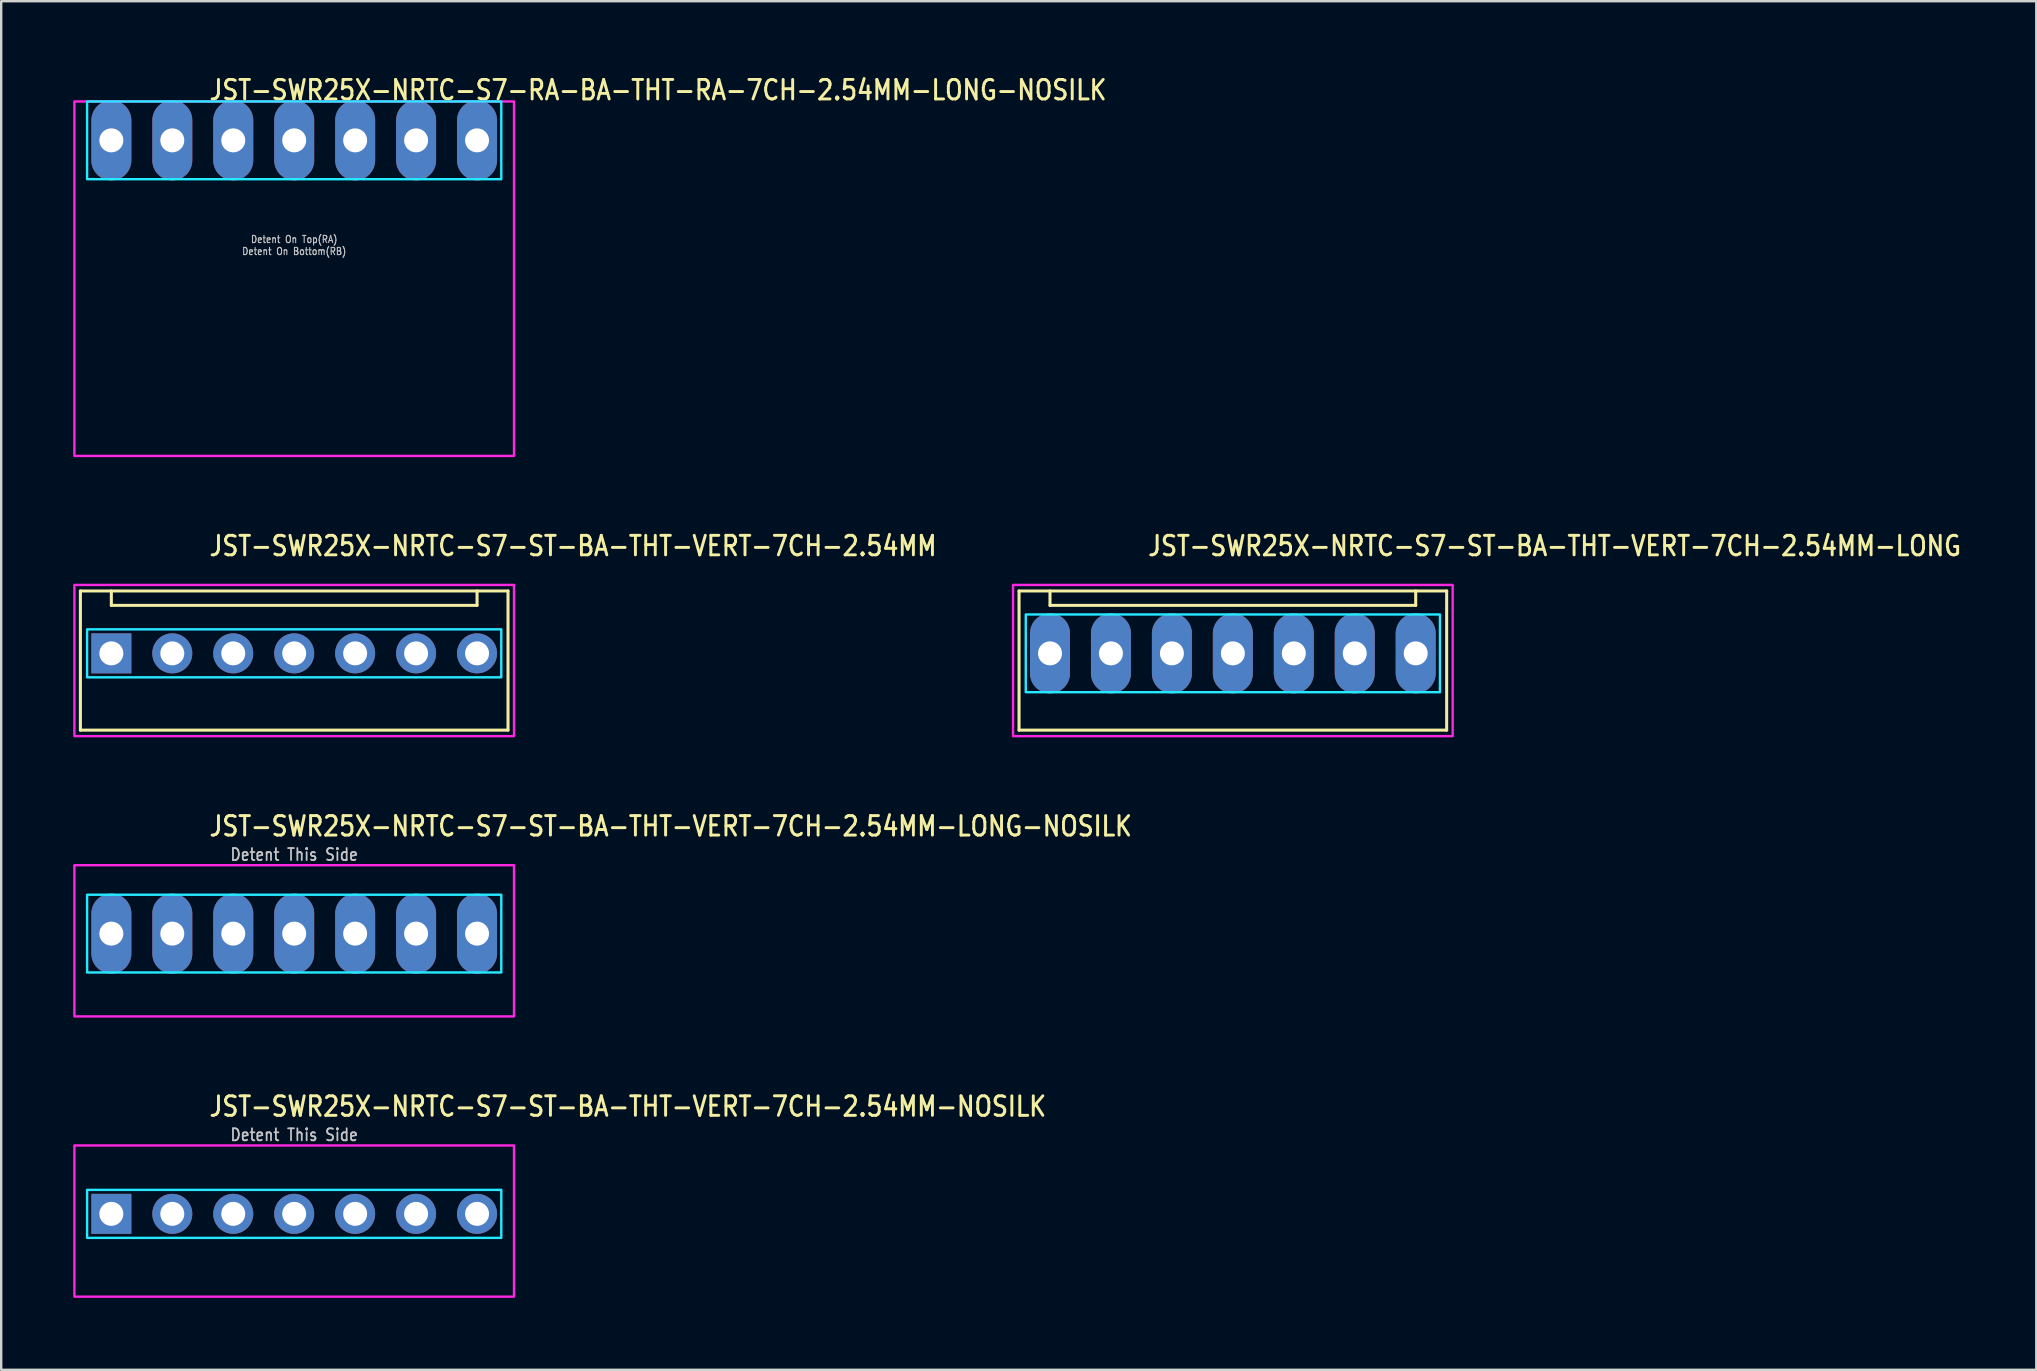
<source format=kicad_pcb>
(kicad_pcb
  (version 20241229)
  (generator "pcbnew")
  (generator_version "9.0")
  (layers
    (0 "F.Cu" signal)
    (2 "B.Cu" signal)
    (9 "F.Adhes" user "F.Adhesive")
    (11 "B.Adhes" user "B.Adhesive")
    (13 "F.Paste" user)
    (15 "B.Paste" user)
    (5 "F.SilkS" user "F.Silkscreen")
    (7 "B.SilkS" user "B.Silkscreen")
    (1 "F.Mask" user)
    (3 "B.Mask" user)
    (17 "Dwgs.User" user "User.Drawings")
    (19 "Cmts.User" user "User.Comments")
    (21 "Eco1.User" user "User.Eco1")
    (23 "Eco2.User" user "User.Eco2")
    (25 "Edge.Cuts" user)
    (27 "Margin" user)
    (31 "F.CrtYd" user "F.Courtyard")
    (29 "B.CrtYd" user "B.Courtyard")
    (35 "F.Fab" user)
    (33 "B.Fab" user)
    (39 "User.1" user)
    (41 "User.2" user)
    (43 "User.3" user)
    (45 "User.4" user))
  (footprint "JST-SWR25X-NRTC-S7-RA-BA-THT-RA-7CH-2.54MM-LONG-NOSILK"
    (layer "F.Cu")
    (at 9.21 2.799)
    (property "Reference" "JST-SWR25X-NRTC-S7-RA-BA-THT-RA-7CH-2.54MM-LONG-NOSILK" (at -3.6 -1.62 0) (unlocked yes) (layer "F.SilkS") (effects (font (size 0.813 0.695) (thickness 0.122)) (justify left bottom)))
    (fp_poly (pts (xy -8.63 -1.62) (xy -8.63 1.62) (xy 8.63 1.62) (xy 8.63 -1.62)) (stroke (width 0.1) (type solid)) (fill no) (layer "B.CrtYd"))
    (fp_poly (pts (xy -9.16 -1.62) (xy -9.16 13.15) (xy 9.16 13.15) (xy 9.16 -1.62)) (stroke (width 0.1) (type solid)) (fill no) (layer "F.CrtYd"))
    (fp_text user "Detent On Bottom(RB)" (at 0 4.8 0) (unlocked yes) (layer "Dwgs.User") (effects (font (size 0.3 0.257) (thickness 0.045)) (justify bottom)))
    (fp_text user "Detent On Top(RA)" (at 0 4.3 0) (unlocked yes) (layer "Dwgs.User") (effects (font (size 0.3 0.257) (thickness 0.045)) (justify bottom)))
    (pad "1" thru_hole oval (at -7.62 0 90) (size 3.333 1.667) (drill 1) (layers "*.Cu" "*.Mask"))
    (pad "2" thru_hole oval (at -5.08 0 90) (size 3.333 1.667) (drill 1) (layers "*.Cu" "*.Mask"))
    (pad "3" thru_hole oval (at -2.54 0 90) (size 3.333 1.667) (drill 1) (layers "*.Cu" "*.Mask"))
    (pad "4" thru_hole oval (at 0 0 90) (size 3.333 1.667) (drill 1) (layers "*.Cu" "*.Mask"))
    (pad "5" thru_hole oval (at 2.54 0 90) (size 3.333 1.667) (drill 1) (layers "*.Cu" "*.Mask"))
    (pad "6" thru_hole oval (at 5.08 0 90) (size 3.333 1.667) (drill 1) (layers "*.Cu" "*.Mask"))
    (pad "7" thru_hole oval (at 7.62 0 90) (size 3.333 1.667) (drill 1) (layers "*.Cu" "*.Mask")))
  (footprint "JST-SWR25X-NRTC-S7-ST-BA-THT-VERT-7CH-2.54MM-NOSILK"
    (layer "F.Cu")
    (at 9.21 47.534)
    (property "Reference" "JST-SWR25X-NRTC-S7-ST-BA-THT-VERT-7CH-2.54MM-NOSILK" (at -3.6 -4 0) (unlocked yes) (layer "F.SilkS") (effects (font (size 0.813 0.695) (thickness 0.122)) (justify left bottom)))
    (fp_poly (pts (xy -8.63 -1) (xy -8.63 1) (xy 8.63 1) (xy 8.63 -1)) (stroke (width 0.1) (type solid)) (fill no) (layer "B.CrtYd"))
    (fp_poly (pts (xy -9.16 -2.85) (xy -9.16 3.45) (xy 9.16 3.45) (xy 9.16 -2.85)) (stroke (width 0.1) (type solid)) (fill no) (layer "F.CrtYd"))
    (fp_text user "Detent This Side" (at 0 -3 0) (unlocked yes) (layer "Dwgs.User") (effects (font (size 0.5 0.427) (thickness 0.075)) (justify bottom)))
    (pad "1" thru_hole rect (at -7.62 0) (size 1.667 1.667) (drill 1) (layers "*.Cu" "*.Mask"))
    (pad "2" thru_hole oval (at -5.08 0) (size 1.667 1.667) (drill 1) (layers "*.Cu" "*.Mask"))
    (pad "3" thru_hole oval (at -2.54 0) (size 1.667 1.667) (drill 1) (layers "*.Cu" "*.Mask"))
    (pad "4" thru_hole oval (at 0 0) (size 1.667 1.667) (drill 1) (layers "*.Cu" "*.Mask"))
    (pad "5" thru_hole oval (at 2.54 0) (size 1.667 1.667) (drill 1) (layers "*.Cu" "*.Mask"))
    (pad "6" thru_hole oval (at 5.08 0) (size 1.667 1.667) (drill 1) (layers "*.Cu" "*.Mask"))
    (pad "7" thru_hole oval (at 7.62 0) (size 1.667 1.667) (drill 1) (layers "*.Cu" "*.Mask")))
  (footprint "JST-SWR25X-NRTC-S7-ST-BA-THT-VERT-7CH-2.54MM-LONG-NOSILK"
    (layer "F.Cu")
    (at 9.21 35.856)
    (property "Reference" "JST-SWR25X-NRTC-S7-ST-BA-THT-VERT-7CH-2.54MM-LONG-NOSILK" (at -3.6 -4 0) (unlocked yes) (layer "F.SilkS") (effects (font (size 0.813 0.695) (thickness 0.122)) (justify left bottom)))
    (fp_poly (pts (xy -8.63 -1.62) (xy -8.63 1.62) (xy 8.63 1.62) (xy 8.63 -1.62)) (stroke (width 0.1) (type solid)) (fill no) (layer "B.CrtYd"))
    (fp_poly (pts (xy -9.16 -2.85) (xy -9.16 3.45) (xy 9.16 3.45) (xy 9.16 -2.85)) (stroke (width 0.1) (type solid)) (fill no) (layer "F.CrtYd"))
    (fp_text user "Detent This Side" (at 0 -3 0) (unlocked yes) (layer "Dwgs.User") (effects (font (size 0.5 0.427) (thickness 0.075)) (justify bottom)))
    (pad "1" thru_hole oval (at -7.62 0 90) (size 3.333 1.667) (drill 1) (layers "*.Cu" "*.Mask"))
    (pad "2" thru_hole oval (at -5.08 0 90) (size 3.333 1.667) (drill 1) (layers "*.Cu" "*.Mask"))
    (pad "3" thru_hole oval (at -2.54 0 90) (size 3.333 1.667) (drill 1) (layers "*.Cu" "*.Mask"))
    (pad "4" thru_hole oval (at 0 0 90) (size 3.333 1.667) (drill 1) (layers "*.Cu" "*.Mask"))
    (pad "5" thru_hole oval (at 2.54 0 90) (size 3.333 1.667) (drill 1) (layers "*.Cu" "*.Mask"))
    (pad "6" thru_hole oval (at 5.08 0 90) (size 3.333 1.667) (drill 1) (layers "*.Cu" "*.Mask"))
    (pad "7" thru_hole oval (at 7.62 0 90) (size 3.333 1.667) (drill 1) (layers "*.Cu" "*.Mask")))
  (footprint "JST-SWR25X-NRTC-S7-ST-BA-THT-VERT-7CH-2.54MM-LONG"
    (layer "F.Cu")
    (at 48.326 24.177)
    (property "Reference" "JST-SWR25X-NRTC-S7-ST-BA-THT-VERT-7CH-2.54MM-LONG" (at -3.6 -4 0) (unlocked yes) (layer "F.SilkS") (effects (font (size 0.813 0.695) (thickness 0.122)) (justify left bottom)))
    (fp_line (start -8.91 -2.6) (end 8.91 -2.6) (stroke (width 0.127) (type solid)) (layer "F.SilkS"))
    (fp_line (start -8.91 3.2) (end -8.91 -2.6) (stroke (width 0.127) (type solid)) (layer "F.SilkS"))
    (fp_line (start -8.91 3.2) (end 8.91 3.2) (stroke (width 0.127) (type solid)) (layer "F.SilkS"))
    (fp_line (start -7.62 -2.6) (end -7.62 -2) (stroke (width 0.127) (type solid)) (layer "F.SilkS"))
    (fp_line (start -7.62 -2) (end 7.62 -2) (stroke (width 0.127) (type solid)) (layer "F.SilkS"))
    (fp_line (start 7.62 -2.6) (end 7.62 -2) (stroke (width 0.127) (type solid)) (layer "F.SilkS"))
    (fp_line (start 8.91 -2.6) (end 8.91 3.2) (stroke (width 0.127) (type solid)) (layer "F.SilkS"))
    (fp_poly (pts (xy -8.63 -1.62) (xy -8.63 1.62) (xy 8.63 1.62) (xy 8.63 -1.62)) (stroke (width 0.1) (type solid)) (fill no) (layer "B.CrtYd"))
    (fp_poly (pts (xy -9.16 -2.85) (xy -9.16 3.45) (xy 9.16 3.45) (xy 9.16 -2.85)) (stroke (width 0.1) (type solid)) (fill no) (layer "F.CrtYd"))
    (pad "1" thru_hole oval (at -7.62 0 90) (size 3.333 1.667) (drill 1) (layers "*.Cu" "*.Mask"))
    (pad "2" thru_hole oval (at -5.08 0 90) (size 3.333 1.667) (drill 1) (layers "*.Cu" "*.Mask"))
    (pad "3" thru_hole oval (at -2.54 0 90) (size 3.333 1.667) (drill 1) (layers "*.Cu" "*.Mask"))
    (pad "4" thru_hole oval (at 0 0 90) (size 3.333 1.667) (drill 1) (layers "*.Cu" "*.Mask"))
    (pad "5" thru_hole oval (at 2.54 0 90) (size 3.333 1.667) (drill 1) (layers "*.Cu" "*.Mask"))
    (pad "6" thru_hole oval (at 5.08 0 90) (size 3.333 1.667) (drill 1) (layers "*.Cu" "*.Mask"))
    (pad "7" thru_hole oval (at 7.62 0 90) (size 3.333 1.667) (drill 1) (layers "*.Cu" "*.Mask")))
  (footprint "JST-SWR25X-NRTC-S7-ST-BA-THT-VERT-7CH-2.54MM"
    (layer "F.Cu")
    (at 9.21 24.177)
    (property "Reference" "JST-SWR25X-NRTC-S7-ST-BA-THT-VERT-7CH-2.54MM" (at -3.6 -4 0) (unlocked yes) (layer "F.SilkS") (effects (font (size 0.813 0.695) (thickness 0.122)) (justify left bottom)))
    (fp_line (start -8.91 -2.6) (end 8.91 -2.6) (stroke (width 0.127) (type solid)) (layer "F.SilkS"))
    (fp_line (start -8.91 3.2) (end -8.91 -2.6) (stroke (width 0.127) (type solid)) (layer "F.SilkS"))
    (fp_line (start -8.91 3.2) (end 8.91 3.2) (stroke (width 0.127) (type solid)) (layer "F.SilkS"))
    (fp_line (start -7.62 -2.6) (end -7.62 -2) (stroke (width 0.127) (type solid)) (layer "F.SilkS"))
    (fp_line (start -7.62 -2) (end 7.62 -2) (stroke (width 0.127) (type solid)) (layer "F.SilkS"))
    (fp_line (start 7.62 -2.6) (end 7.62 -2) (stroke (width 0.127) (type solid)) (layer "F.SilkS"))
    (fp_line (start 8.91 -2.6) (end 8.91 3.2) (stroke (width 0.127) (type solid)) (layer "F.SilkS"))
    (fp_poly (pts (xy -8.63 -1) (xy -8.63 1) (xy 8.63 1) (xy 8.63 -1)) (stroke (width 0.1) (type solid)) (fill no) (layer "B.CrtYd"))
    (fp_poly (pts (xy -9.16 -2.85) (xy -9.16 3.45) (xy 9.16 3.45) (xy 9.16 -2.85)) (stroke (width 0.1) (type solid)) (fill no) (layer "F.CrtYd"))
    (pad "1" thru_hole rect (at -7.62 0) (size 1.667 1.667) (drill 1) (layers "*.Cu" "*.Mask"))
    (pad "2" thru_hole oval (at -5.08 0) (size 1.667 1.667) (drill 1) (layers "*.Cu" "*.Mask"))
    (pad "3" thru_hole oval (at -2.54 0) (size 1.667 1.667) (drill 1) (layers "*.Cu" "*.Mask"))
    (pad "4" thru_hole oval (at 0 0) (size 1.667 1.667) (drill 1) (layers "*.Cu" "*.Mask"))
    (pad "5" thru_hole oval (at 2.54 0) (size 1.667 1.667) (drill 1) (layers "*.Cu" "*.Mask"))
    (pad "6" thru_hole oval (at 5.08 0) (size 1.667 1.667) (drill 1) (layers "*.Cu" "*.Mask"))
    (pad "7" thru_hole oval (at 7.62 0) (size 1.667 1.667) (drill 1) (layers "*.Cu" "*.Mask")))
  (gr_rect
    (start -3 -3)
    (end 81.807 54.034)
    (stroke (width 0.1) (type default))
    (fill no)
    (layer "Edge.Cuts")))
</source>
